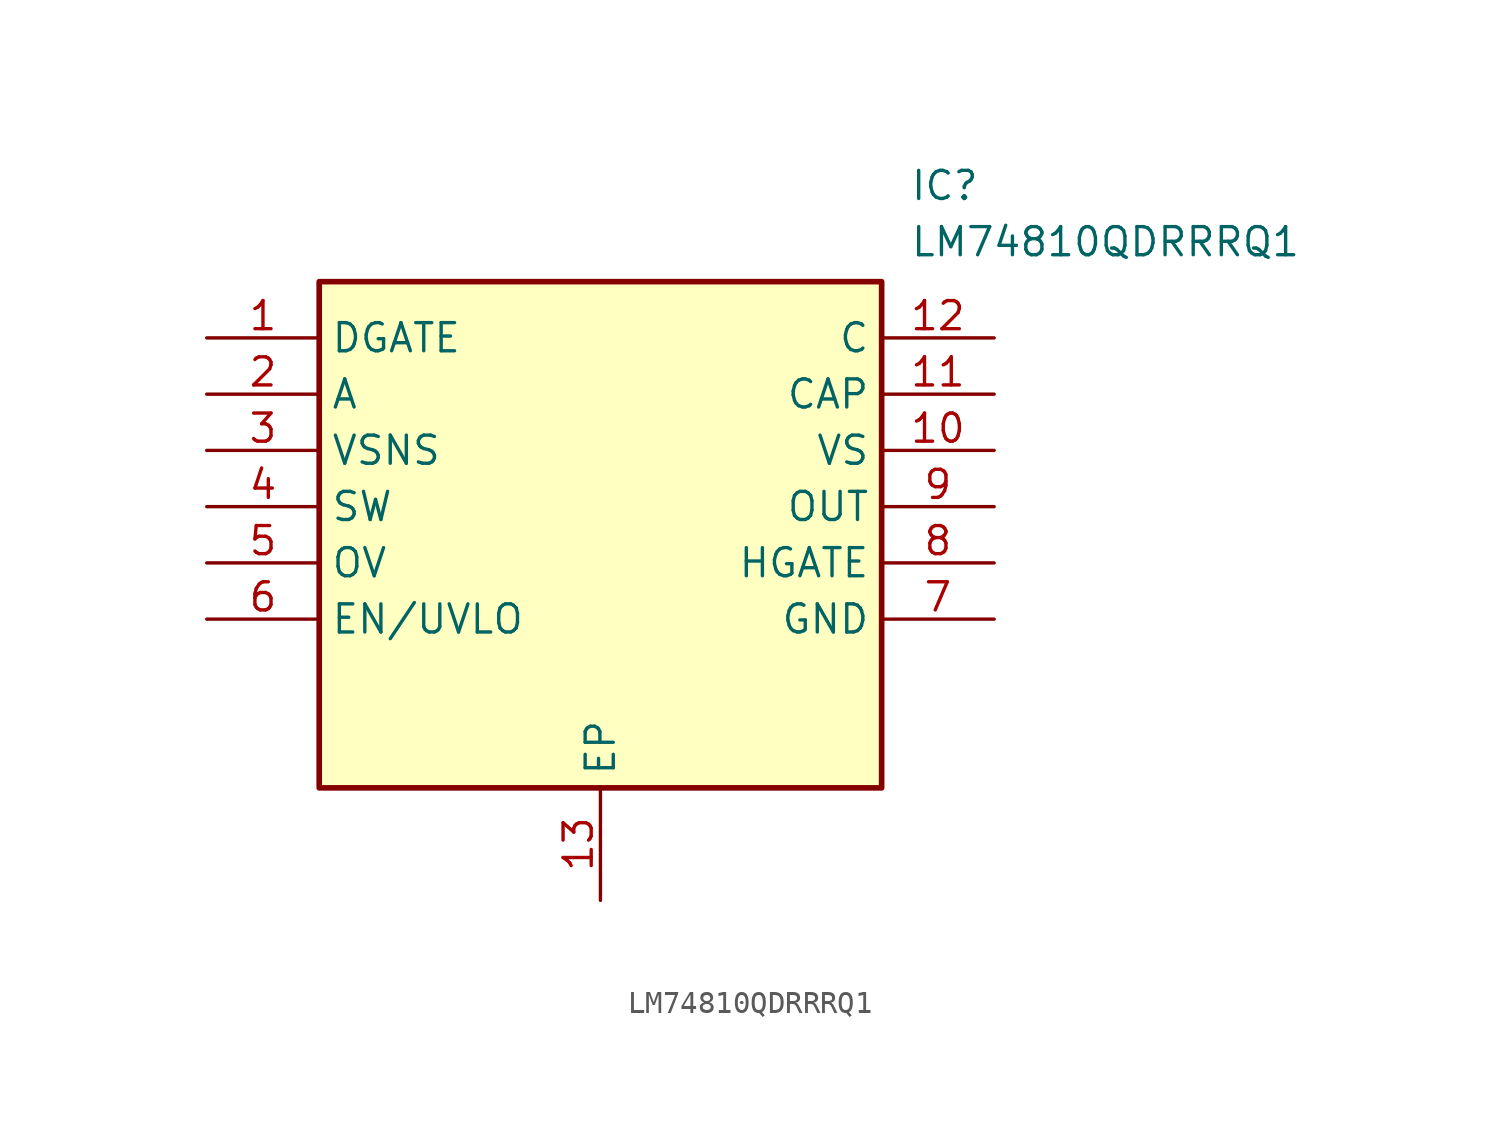
<source format=kicad_sym>
(kicad_symbol_lib
  (version 20211014)
  (generator SamacSys_ECAD_Model)
  (symbol "LM74810QDRRRQ1"
    (property "Reference" "IC"
      (at 31.75 7.62 0)
      (effects (font (size 1.27 1.27)) (justify left top)))
    (property "Value" "LM74810QDRRRQ1"
      (at 31.75 5.08 0)
      (effects (font (size 1.27 1.27)) (justify left top)))
    (rectangle
      (start 5.08 2.54)
      (end 30.48 -20.32)
      (stroke (width 0.254) (type default))
      (fill (type background)))
    (pin passive line
      (at 0 0 0)
      (length 5.08)
      (name "DGATE" (effects (font (size 1.27 1.27))))
      (number "1" (effects (font (size 1.27 1.27)))))
    (pin passive line
      (at 0 -2.54 0)
      (length 5.08)
      (name "A" (effects (font (size 1.27 1.27))))
      (number "2" (effects (font (size 1.27 1.27)))))
    (pin passive line
      (at 0 -5.08 0)
      (length 5.08)
      (name "VSNS" (effects (font (size 1.27 1.27))))
      (number "3" (effects (font (size 1.27 1.27)))))
    (pin passive line
      (at 0 -7.62 0)
      (length 5.08)
      (name "SW" (effects (font (size 1.27 1.27))))
      (number "4" (effects (font (size 1.27 1.27)))))
    (pin passive line
      (at 0 -10.16 0)
      (length 5.08)
      (name "OV" (effects (font (size 1.27 1.27))))
      (number "5" (effects (font (size 1.27 1.27)))))
    (pin passive line
      (at 0 -12.7 0)
      (length 5.08)
      (name "EN/UVLO" (effects (font (size 1.27 1.27))))
      (number "6" (effects (font (size 1.27 1.27)))))
    (pin passive line
      (at 17.78 -25.4 90)
      (length 5.08)
      (name "EP" (effects (font (size 1.27 1.27))))
      (number "13" (effects (font (size 1.27 1.27)))))
    (pin passive line
      (at 35.56 0 180)
      (length 5.08)
      (name "C" (effects (font (size 1.27 1.27))))
      (number "12" (effects (font (size 1.27 1.27)))))
    (pin passive line
      (at 35.56 -2.54 180)
      (length 5.08)
      (name "CAP" (effects (font (size 1.27 1.27))))
      (number "11" (effects (font (size 1.27 1.27)))))
    (pin passive line
      (at 35.56 -5.08 180)
      (length 5.08)
      (name "VS" (effects (font (size 1.27 1.27))))
      (number "10" (effects (font (size 1.27 1.27)))))
    (pin passive line
      (at 35.56 -7.62 180)
      (length 5.08)
      (name "OUT" (effects (font (size 1.27 1.27))))
      (number "9" (effects (font (size 1.27 1.27)))))
    (pin passive line
      (at 35.56 -10.16 180)
      (length 5.08)
      (name "HGATE" (effects (font (size 1.27 1.27))))
      (number "8" (effects (font (size 1.27 1.27)))))
    (pin passive line
      (at 35.56 -12.7 180)
      (length 5.08)
      (name "GND" (effects (font (size 1.27 1.27))))
      (number "7" (effects (font (size 1.27 1.27)))))))
</source>
